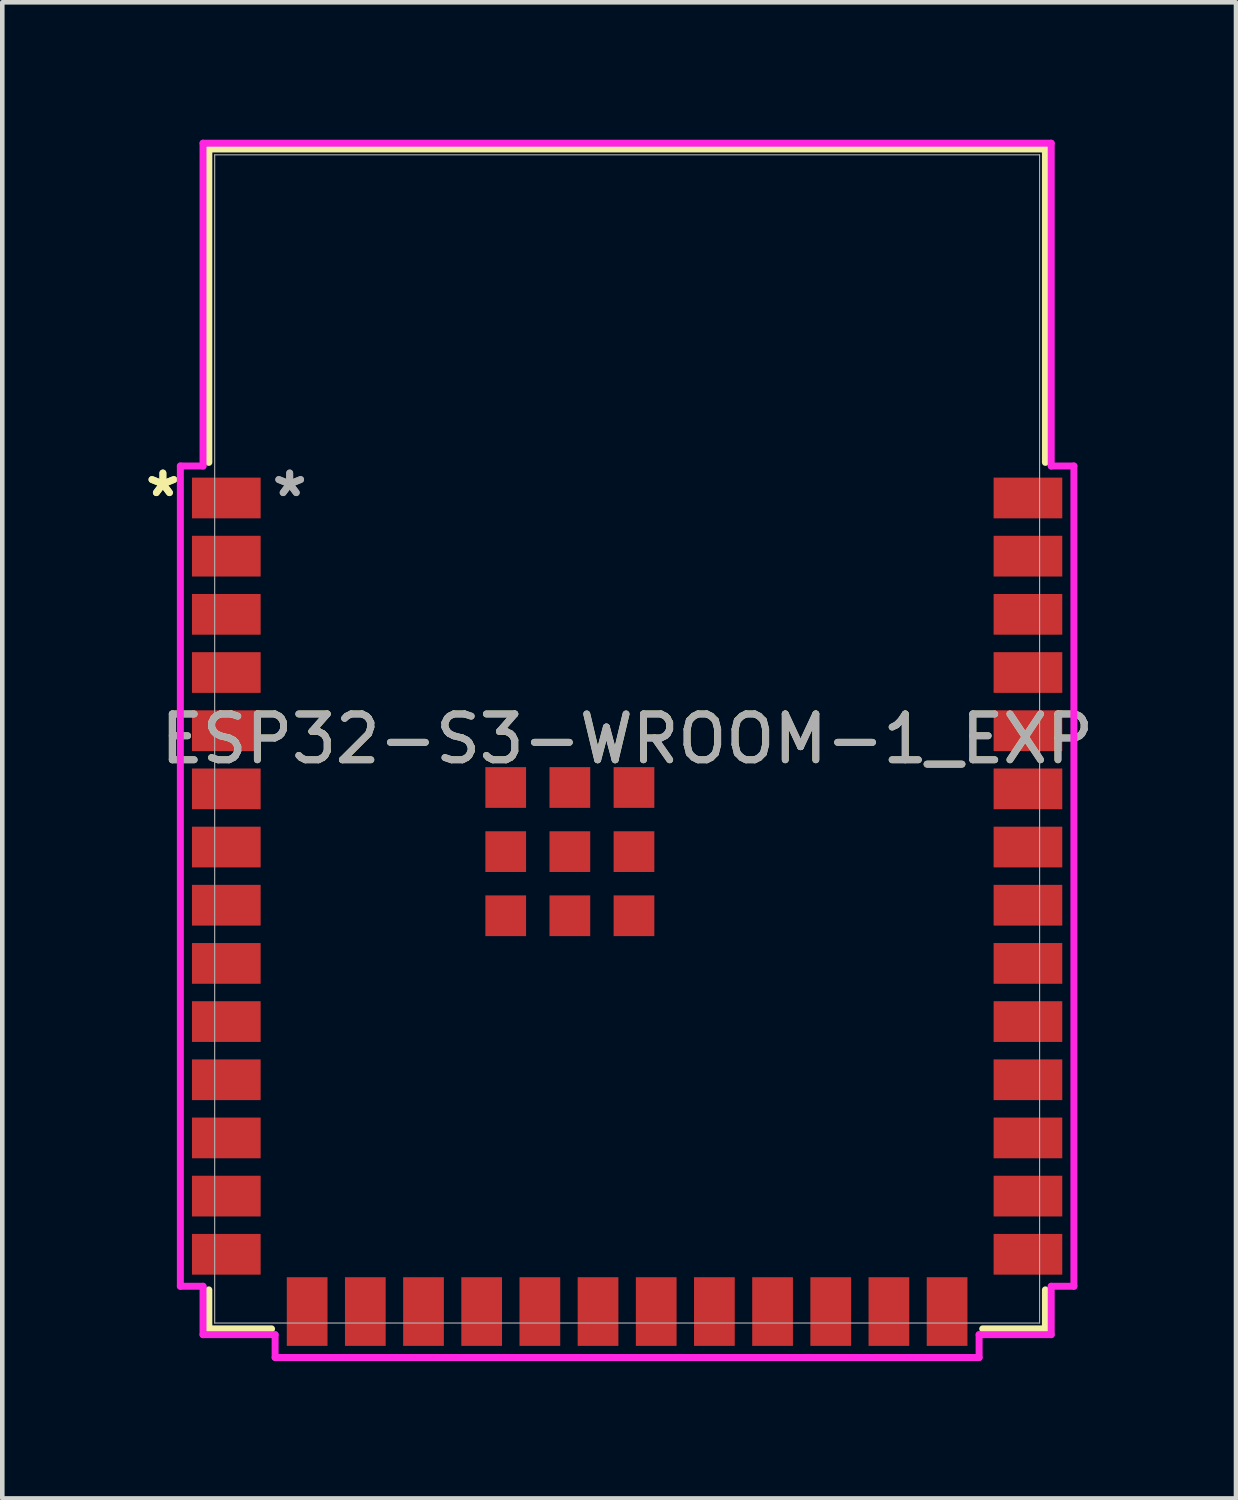
<source format=kicad_pcb>
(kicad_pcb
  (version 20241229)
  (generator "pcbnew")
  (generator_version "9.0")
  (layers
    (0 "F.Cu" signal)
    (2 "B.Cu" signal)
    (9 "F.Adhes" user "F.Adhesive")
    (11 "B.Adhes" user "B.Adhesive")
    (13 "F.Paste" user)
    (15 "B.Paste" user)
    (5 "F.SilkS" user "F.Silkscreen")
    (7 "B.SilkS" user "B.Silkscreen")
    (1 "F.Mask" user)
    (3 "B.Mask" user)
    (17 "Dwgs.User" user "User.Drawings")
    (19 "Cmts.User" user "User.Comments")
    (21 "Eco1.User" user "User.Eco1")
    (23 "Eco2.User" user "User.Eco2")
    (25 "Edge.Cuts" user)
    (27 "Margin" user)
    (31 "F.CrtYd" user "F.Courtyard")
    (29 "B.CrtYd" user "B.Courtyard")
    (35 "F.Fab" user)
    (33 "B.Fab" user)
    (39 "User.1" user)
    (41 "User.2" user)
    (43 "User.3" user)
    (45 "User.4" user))
  (footprint "ESP32-S3-WROOM-1_EXP"
    (layer "F.Cu")
    (at 10.64 13.081)
    (property "Reference" "ESP32-S3-WROOM-1_EXP" (at 0 0 0) (unlocked yes) (layer "F.SilkS") (effects (font (size 1 1) (thickness 0.15))))
    (attr smd)
    (fp_line (start -9.131 -12.878) (end 9.131 -12.878) (stroke (width 0.152) (type solid)) (layer "F.SilkS"))
    (fp_line (start -9.131 -6.037) (end -9.131 -12.878) (stroke (width 0.152) (type solid)) (layer "F.SilkS"))
    (fp_line (start -9.131 12.878) (end -9.131 12.027) (stroke (width 0.152) (type solid)) (layer "F.SilkS"))
    (fp_line (start -7.762 12.878) (end -9.131 12.878) (stroke (width 0.152) (type solid)) (layer "F.SilkS"))
    (fp_line (start 9.131 -12.878) (end 9.131 -6.037) (stroke (width 0.152) (type solid)) (layer "F.SilkS"))
    (fp_line (start 9.131 12.027) (end 9.131 12.878) (stroke (width 0.152) (type solid)) (layer "F.SilkS"))
    (fp_line (start 9.131 12.878) (end 7.762 12.878) (stroke (width 0.152) (type solid)) (layer "F.SilkS"))
    (fp_poly (pts (xy -9.004 -12.751) (xy -9.004 -6.756) (xy 9.004 -6.756) (xy 9.004 -12.751)) (stroke (width 0.1) (type solid)) (fill no) (layer "Eco2.User"))
    (fp_line (start -9.753 -5.958) (end -9.753 11.948) (stroke (width 0.152) (type solid)) (layer "F.CrtYd"))
    (fp_line (start -9.753 11.948) (end -9.258 11.948) (stroke (width 0.152) (type solid)) (layer "F.CrtYd"))
    (fp_line (start -9.258 -13.005) (end -9.258 -5.958) (stroke (width 0.152) (type solid)) (layer "F.CrtYd"))
    (fp_line (start -9.258 -5.958) (end -9.753 -5.958) (stroke (width 0.152) (type solid)) (layer "F.CrtYd"))
    (fp_line (start -9.258 11.948) (end -9.258 13.005) (stroke (width 0.152) (type solid)) (layer "F.CrtYd"))
    (fp_line (start -9.258 13.005) (end -7.684 13.005) (stroke (width 0.152) (type solid)) (layer "F.CrtYd"))
    (fp_line (start -7.684 13.005) (end -7.684 13.503) (stroke (width 0.152) (type solid)) (layer "F.CrtYd"))
    (fp_line (start -7.684 13.503) (end 7.684 13.503) (stroke (width 0.152) (type solid)) (layer "F.CrtYd"))
    (fp_line (start 7.684 13.005) (end 9.258 13.005) (stroke (width 0.152) (type solid)) (layer "F.CrtYd"))
    (fp_line (start 7.684 13.503) (end 7.684 13.005) (stroke (width 0.152) (type solid)) (layer "F.CrtYd"))
    (fp_line (start 9.258 -13.005) (end -9.258 -13.005) (stroke (width 0.152) (type solid)) (layer "F.CrtYd"))
    (fp_line (start 9.258 -5.958) (end 9.258 -13.005) (stroke (width 0.152) (type solid)) (layer "F.CrtYd"))
    (fp_line (start 9.258 11.948) (end 9.753 11.948) (stroke (width 0.152) (type solid)) (layer "F.CrtYd"))
    (fp_line (start 9.258 13.005) (end 9.258 11.948) (stroke (width 0.152) (type solid)) (layer "F.CrtYd"))
    (fp_line (start 9.753 -5.958) (end 9.258 -5.958) (stroke (width 0.152) (type solid)) (layer "F.CrtYd"))
    (fp_line (start 9.753 11.948) (end 9.753 -5.958) (stroke (width 0.152) (type solid)) (layer "F.CrtYd"))
    (fp_line (start -9.004 -12.751) (end -9.004 12.751) (stroke (width 0.025) (type solid)) (layer "F.Fab"))
    (fp_line (start -9.004 12.751) (end 9.004 12.751) (stroke (width 0.025) (type solid)) (layer "F.Fab"))
    (fp_line (start 9.004 -12.751) (end -9.004 -12.751) (stroke (width 0.025) (type solid)) (layer "F.Fab"))
    (fp_line (start 9.004 12.751) (end 9.004 -12.751) (stroke (width 0.025) (type solid)) (layer "F.Fab"))
    (fp_text user "*" (at -10.134 -5.26 0) (layer "F.SilkS") (effects (font (size 1 1) (thickness 0.15))))
    (fp_text user "*" (at -10.134 -5.26 0) (unlocked yes) (layer "F.SilkS") (effects (font (size 1 1) (thickness 0.15))))
    (fp_text user "*" (at -7.366 -5.26 0) (layer "F.Fab") (effects (font (size 1 1) (thickness 0.15))))
    (fp_text user "*" (at -7.366 -5.26 0) (unlocked yes) (layer "F.Fab") (effects (font (size 1 1) (thickness 0.15))))
    (fp_text user "${REFERENCE}" (at 0 0 0) (unlocked yes) (layer "F.Fab") (effects (font (size 1 1) (thickness 0.15))))
    (pad "1" smd rect (at -8.75 -5.26) (size 1.499 0.889) (layers "F.Cu" "F.Mask" "F.Paste"))
    (pad "2" smd rect (at -8.75 -3.99) (size 1.499 0.889) (layers "F.Cu" "F.Mask" "F.Paste"))
    (pad "3" smd rect (at -8.75 -2.72) (size 1.499 0.889) (layers "F.Cu" "F.Mask" "F.Paste"))
    (pad "4" smd rect (at -8.75 -1.45) (size 1.499 0.889) (layers "F.Cu" "F.Mask" "F.Paste"))
    (pad "5" smd rect (at -8.75 -0.18) (size 1.499 0.889) (layers "F.Cu" "F.Mask" "F.Paste"))
    (pad "6" smd rect (at -8.75 1.09) (size 1.499 0.889) (layers "F.Cu" "F.Mask" "F.Paste"))
    (pad "7" smd rect (at -8.75 2.36) (size 1.499 0.889) (layers "F.Cu" "F.Mask" "F.Paste"))
    (pad "8" smd rect (at -8.75 3.63) (size 1.499 0.889) (layers "F.Cu" "F.Mask" "F.Paste"))
    (pad "9" smd rect (at -8.75 4.9) (size 1.499 0.889) (layers "F.Cu" "F.Mask" "F.Paste"))
    (pad "10" smd rect (at -8.75 6.17) (size 1.499 0.889) (layers "F.Cu" "F.Mask" "F.Paste"))
    (pad "11" smd rect (at -8.75 7.44) (size 1.499 0.889) (layers "F.Cu" "F.Mask" "F.Paste"))
    (pad "12" smd rect (at -8.75 8.71) (size 1.499 0.889) (layers "F.Cu" "F.Mask" "F.Paste"))
    (pad "13" smd rect (at -8.75 9.98) (size 1.499 0.889) (layers "F.Cu" "F.Mask" "F.Paste"))
    (pad "14" smd rect (at -8.75 11.25) (size 1.499 0.889) (layers "F.Cu" "F.Mask" "F.Paste"))
    (pad "15" smd rect (at -6.985 12.5 90) (size 1.499 0.889) (layers "F.Cu" "F.Mask" "F.Paste"))
    (pad "16" smd rect (at -5.715 12.5 90) (size 1.499 0.889) (layers "F.Cu" "F.Mask" "F.Paste"))
    (pad "17" smd rect (at -4.445 12.5 90) (size 1.499 0.889) (layers "F.Cu" "F.Mask" "F.Paste"))
    (pad "18" smd rect (at -3.175 12.5 90) (size 1.499 0.889) (layers "F.Cu" "F.Mask" "F.Paste"))
    (pad "19" smd rect (at -1.905 12.5 90) (size 1.499 0.889) (layers "F.Cu" "F.Mask" "F.Paste"))
    (pad "20" smd rect (at -0.635 12.5 90) (size 1.499 0.889) (layers "F.Cu" "F.Mask" "F.Paste"))
    (pad "21" smd rect (at 0.635 12.5 90) (size 1.499 0.889) (layers "F.Cu" "F.Mask" "F.Paste"))
    (pad "22" smd rect (at 1.905 12.5 90) (size 1.499 0.889) (layers "F.Cu" "F.Mask" "F.Paste"))
    (pad "23" smd rect (at 3.175 12.5 90) (size 1.499 0.889) (layers "F.Cu" "F.Mask" "F.Paste"))
    (pad "24" smd rect (at 4.445 12.5 90) (size 1.499 0.889) (layers "F.Cu" "F.Mask" "F.Paste"))
    (pad "25" smd rect (at 5.715 12.5 90) (size 1.499 0.889) (layers "F.Cu" "F.Mask" "F.Paste"))
    (pad "26" smd rect (at 6.985 12.5 90) (size 1.499 0.889) (layers "F.Cu" "F.Mask" "F.Paste"))
    (pad "27" smd rect (at 8.75 11.25) (size 1.499 0.889) (layers "F.Cu" "F.Mask" "F.Paste"))
    (pad "28" smd rect (at 8.75 9.98) (size 1.499 0.889) (layers "F.Cu" "F.Mask" "F.Paste"))
    (pad "29" smd rect (at 8.75 8.71) (size 1.499 0.889) (layers "F.Cu" "F.Mask" "F.Paste"))
    (pad "30" smd rect (at 8.75 7.44) (size 1.499 0.889) (layers "F.Cu" "F.Mask" "F.Paste"))
    (pad "31" smd rect (at 8.75 6.17) (size 1.499 0.889) (layers "F.Cu" "F.Mask" "F.Paste"))
    (pad "32" smd rect (at 8.75 4.9) (size 1.499 0.889) (layers "F.Cu" "F.Mask" "F.Paste"))
    (pad "33" smd rect (at 8.75 3.63) (size 1.499 0.889) (layers "F.Cu" "F.Mask" "F.Paste"))
    (pad "34" smd rect (at 8.75 2.36) (size 1.499 0.889) (layers "F.Cu" "F.Mask" "F.Paste"))
    (pad "35" smd rect (at 8.75 1.09) (size 1.499 0.889) (layers "F.Cu" "F.Mask" "F.Paste"))
    (pad "36" smd rect (at 8.75 -0.18) (size 1.499 0.889) (layers "F.Cu" "F.Mask" "F.Paste"))
    (pad "37" smd rect (at 8.75 -1.45) (size 1.499 0.889) (layers "F.Cu" "F.Mask" "F.Paste"))
    (pad "38" smd rect (at 8.75 -2.72) (size 1.499 0.889) (layers "F.Cu" "F.Mask" "F.Paste"))
    (pad "39" smd rect (at 8.75 -3.99) (size 1.499 0.889) (layers "F.Cu" "F.Mask" "F.Paste"))
    (pad "40" smd rect (at 8.75 -5.26) (size 1.499 0.889) (layers "F.Cu" "F.Mask" "F.Paste"))
    (pad "41" smd rect (at -1.25 2.46) (size 0.889 0.889) (layers "F.Cu" "F.Mask" "F.Paste"))
    (pad "42" smd rect (at -1.25 1.06) (size 0.889 0.889) (layers "F.Cu" "F.Mask" "F.Paste"))
    (pad "43" smd rect (at -2.65 1.06) (size 0.889 0.889) (layers "F.Cu" "F.Mask" "F.Paste"))
    (pad "44" smd rect (at -2.65 2.46) (size 0.889 0.889) (layers "F.Cu" "F.Mask" "F.Paste"))
    (pad "45" smd rect (at -2.65 3.86) (size 0.889 0.889) (layers "F.Cu" "F.Mask" "F.Paste"))
    (pad "46" smd rect (at -1.25 3.86) (size 0.889 0.889) (layers "F.Cu" "F.Mask" "F.Paste"))
    (pad "47" smd rect (at 0.15 3.86) (size 0.889 0.889) (layers "F.Cu" "F.Mask" "F.Paste"))
    (pad "48" smd rect (at 0.15 2.46) (size 0.889 0.889) (layers "F.Cu" "F.Mask" "F.Paste"))
    (pad "49" smd rect (at 0.15 1.06) (size 0.889 0.889) (layers "F.Cu" "F.Mask" "F.Paste")))
  (gr_rect
    (start -3 -3)
    (end 23.932 29.66)
    (stroke (width 0.1) (type default))
    (fill no)
    (layer "Edge.Cuts")))
</source>
